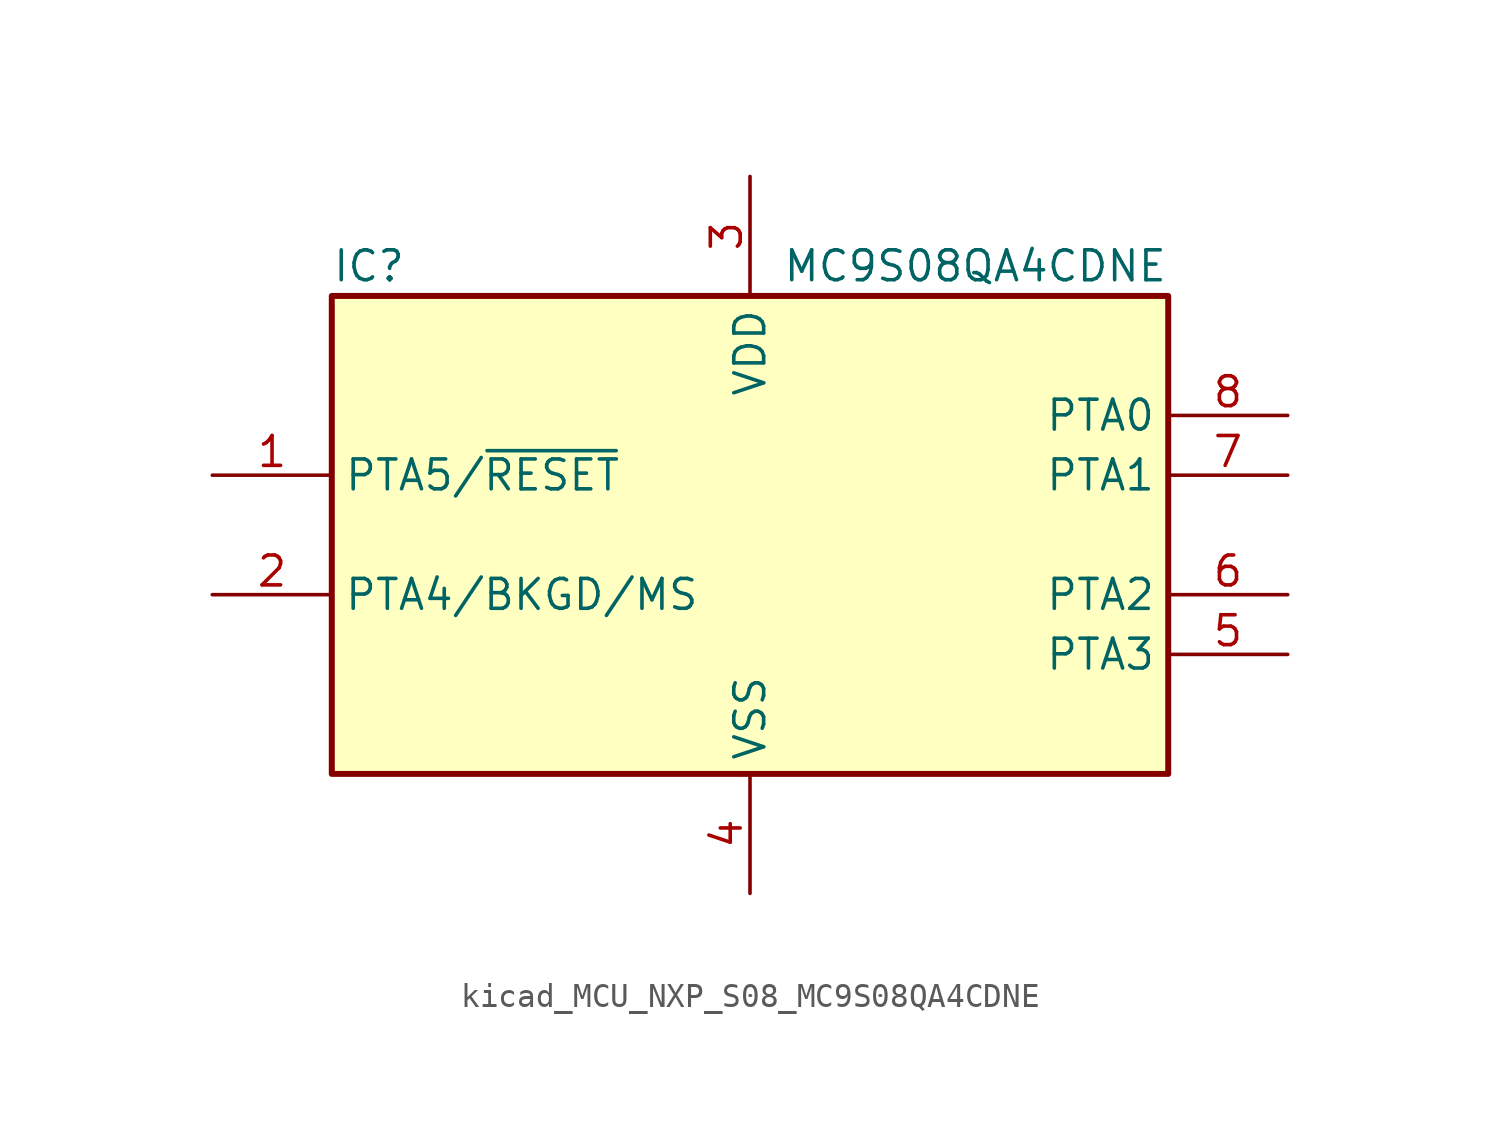
<source format=kicad_sym>
(kicad_symbol_lib
  (version 20220914)
  (generator kicad_symbol_editor)
  (symbol "kicad_MCU_NXP_S08_MC9S08QA4CDNE"
    (property "Reference" "IC"
      (at -17.78 11.43 0)
      (effects (font (size 1.27 1.27)) (justify left)))
    (property "Value" "MC9S08QA4CDNE"
      (at 17.78 11.43 0)
      (effects (font (size 1.27 1.27)) (justify right)))
    (symbol "kicad_MCU_NXP_S08_MC9S08QA4CDNE_0_1"
      (rectangle (start -17.78 10.16) (end 17.78 -10.16) (stroke (width 0.254) (type default)) (fill (type background))))
    (symbol "kicad_MCU_NXP_S08_MC9S08QA4CDNE_1_1"
      (pin bidirectional line (at -22.86 2.54 0) (length 5.08) (name "PTA5/~{RESET}" (effects (font (size 1.27 1.27)))) (number "1" (effects (font (size 1.27 1.27)))))
      (pin bidirectional line (at -22.86 -2.54 0) (length 5.08) (name "PTA4/BKGD/MS" (effects (font (size 1.27 1.27)))) (number "2" (effects (font (size 1.27 1.27)))))
      (pin power_in line (at 0 15.24 270) (length 5.08) (name "VDD" (effects (font (size 1.27 1.27)))) (number "3" (effects (font (size 1.27 1.27)))))
      (pin power_in line (at 0 -15.24 90) (length 5.08) (name "VSS" (effects (font (size 1.27 1.27)))) (number "4" (effects (font (size 1.27 1.27)))))
      (pin bidirectional line (at 22.86 -5.08 180) (length 5.08) (name "PTA3" (effects (font (size 1.27 1.27)))) (number "5" (effects (font (size 1.27 1.27)))))
      (pin bidirectional line (at 22.86 -2.54 180) (length 5.08) (name "PTA2" (effects (font (size 1.27 1.27)))) (number "6" (effects (font (size 1.27 1.27)))))
      (pin bidirectional line (at 22.86 2.54 180) (length 5.08) (name "PTA1" (effects (font (size 1.27 1.27)))) (number "7" (effects (font (size 1.27 1.27)))))
      (pin bidirectional line (at 22.86 5.08 180) (length 5.08) (name "PTA0" (effects (font (size 1.27 1.27)))) (number "8" (effects (font (size 1.27 1.27))))))))
</source>
